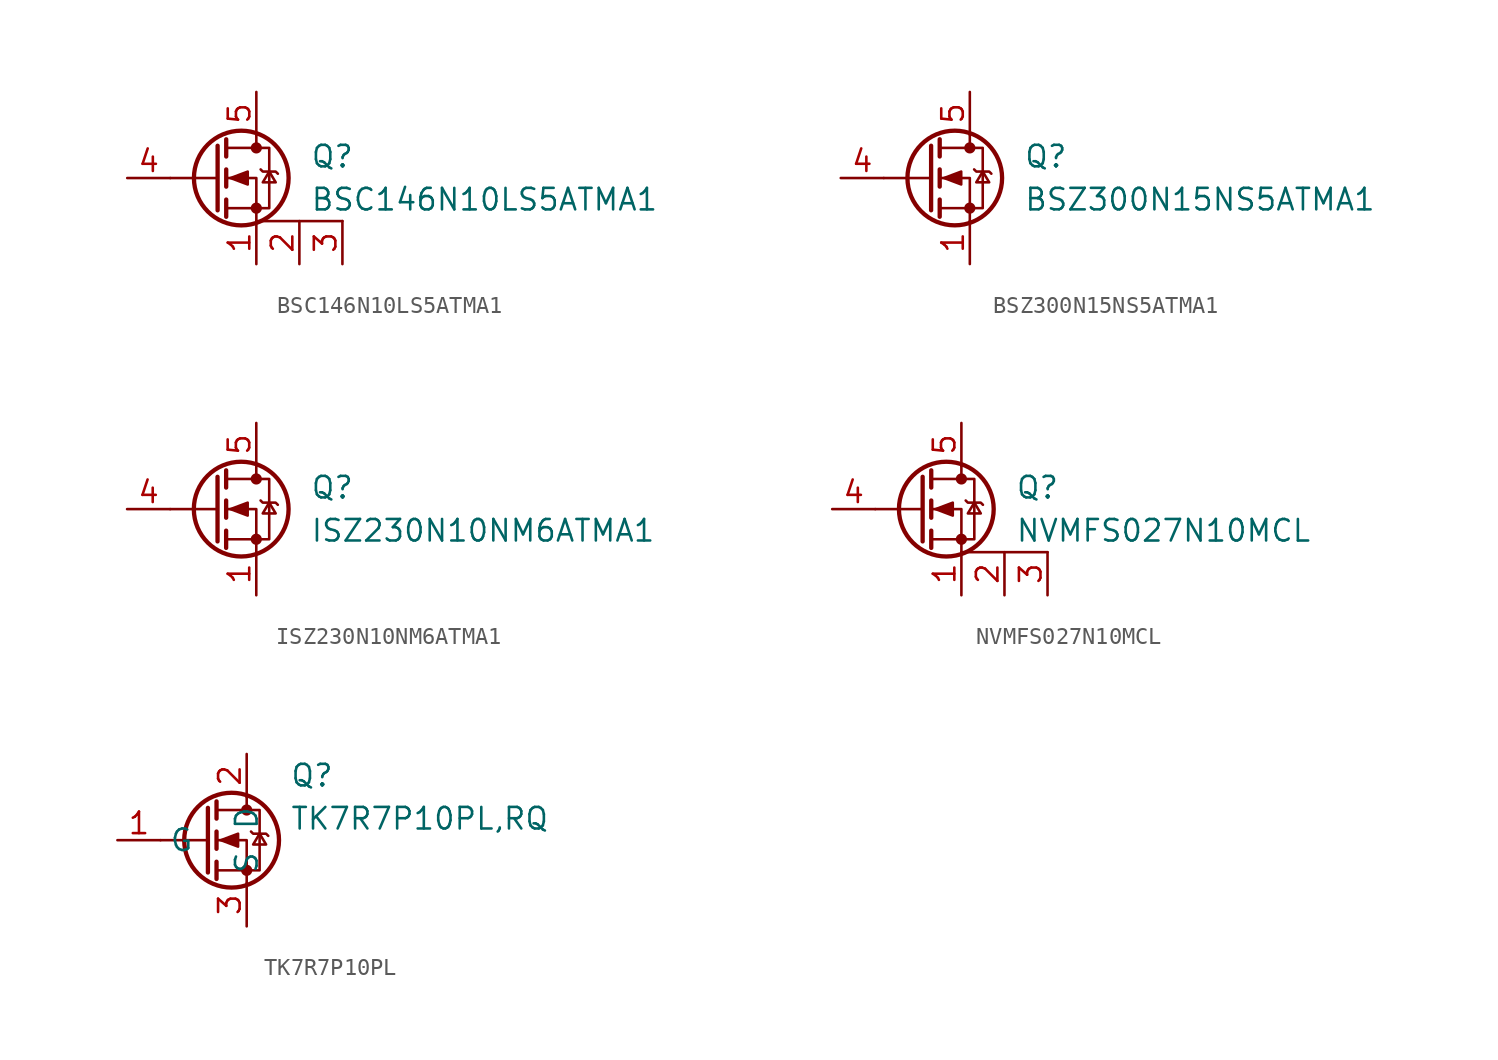
<source format=kicad_sym>
(kicad_symbol_lib
  (version 20220914)
  (generator kicad_symbol_editor)
  (symbol "BSC146N10LS5ATMA1"
    (pin_names hide)
    (property "Reference" "Q"
      (at 3.175 1.27 0)
      (effects (font (size 1.27 1.27)) (justify left)))
    (property "Value" "BSC146N10LS5ATMA1"
      (at 3.175 -1.27 0)
      (effects (font (size 1.27 1.27)) (justify left)))
    (symbol "BSC146N10LS5ATMA1_0_1"
      (circle (center -0.889 0) (radius 2.794) (stroke (width 0.254) (type default)) (fill (type none)))
      (circle (center 0 -1.778) (radius 0.254) (stroke (width 0) (type default)) (fill (type outline)))
      (polyline (pts (xy -2.286 0) (xy -5.08 0)) (stroke (width 0) (type default)) (fill (type none)))
      (polyline (pts (xy -2.286 1.905) (xy -2.286 -1.905)) (stroke (width 0.254) (type default)) (fill (type none)))
      (polyline (pts (xy -1.778 -1.27) (xy -1.778 -2.286)) (stroke (width 0.254) (type default)) (fill (type none)))
      (polyline (pts (xy -1.778 0.508) (xy -1.778 -0.508)) (stroke (width 0.254) (type default)) (fill (type none)))
      (polyline (pts (xy -1.778 2.286) (xy -1.778 1.27)) (stroke (width 0.254) (type default)) (fill (type none)))
      (polyline (pts (xy 0 -2.54) (xy 5.08 -2.54)) (stroke (width 0) (type default)) (fill (type none)))
      (polyline (pts (xy 0 2.54) (xy 0 1.778)) (stroke (width 0) (type default)) (fill (type none)))
      (polyline (pts (xy 0 -2.54) (xy 0 0) (xy -1.778 0)) (stroke (width 0) (type default)) (fill (type none)))
      (polyline (pts (xy -1.778 -1.778) (xy 0.762 -1.778) (xy 0.762 1.778) (xy -1.778 1.778)) (stroke (width 0) (type default)) (fill (type none)))
      (polyline (pts (xy -1.524 0) (xy -0.508 0.381) (xy -0.508 -0.381) (xy -1.524 0)) (stroke (width 0) (type default)) (fill (type outline)))
      (polyline (pts (xy 0.254 0.508) (xy 0.381 0.381) (xy 1.143 0.381) (xy 1.27 0.254)) (stroke (width 0) (type default)) (fill (type none)))
      (polyline (pts (xy 0.762 0.381) (xy 0.381 -0.254) (xy 1.143 -0.254) (xy 0.762 0.381)) (stroke (width 0) (type default)) (fill (type none)))
      (circle (center 0 1.778) (radius 0.254) (stroke (width 0) (type default)) (fill (type outline))))
    (symbol "BSC146N10LS5ATMA1_1_1"
      (pin passive line (at 0 -5.08 90) (length 2.54) (name "S" (effects (font (size 1.27 1.27)))) (number "1" (effects (font (size 1.27 1.27)))))
      (pin passive line (at 2.54 -5.08 90) (length 2.54) (name "S" (effects (font (size 1.27 1.27)))) (number "2" (effects (font (size 1.27 1.27)))))
      (pin passive line (at 5.08 -5.08 90) (length 2.54) (name "S" (effects (font (size 1.27 1.27)))) (number "3" (effects (font (size 1.27 1.27)))))
      (pin passive line (at -7.62 0 0) (length 2.54) (name "G" (effects (font (size 1.27 1.27)))) (number "4" (effects (font (size 1.27 1.27)))))
      (pin passive line (at 0 5.08 270) (length 2.54) (name "D" (effects (font (size 1.27 1.27)))) (number "5" (effects (font (size 1.27 1.27)))))))
  (symbol "BSZ300N15NS5ATMA1"
    (pin_names hide)
    (property "Reference" "Q"
      (at 3.175 1.27 0)
      (effects (font (size 1.27 1.27)) (justify left)))
    (property "Value" "BSZ300N15NS5ATMA1"
      (at 3.175 -1.27 0)
      (effects (font (size 1.27 1.27)) (justify left)))
    (symbol "BSZ300N15NS5ATMA1_0_1"
      (circle (center -0.889 0) (radius 2.794) (stroke (width 0.254) (type default)) (fill (type none)))
      (circle (center 0 -1.778) (radius 0.254) (stroke (width 0) (type default)) (fill (type outline)))
      (polyline (pts (xy -2.286 0) (xy -5.08 0)) (stroke (width 0) (type default)) (fill (type none)))
      (polyline (pts (xy -2.286 1.905) (xy -2.286 -1.905)) (stroke (width 0.254) (type default)) (fill (type none)))
      (polyline (pts (xy -1.778 -1.27) (xy -1.778 -2.286)) (stroke (width 0.254) (type default)) (fill (type none)))
      (polyline (pts (xy -1.778 0.508) (xy -1.778 -0.508)) (stroke (width 0.254) (type default)) (fill (type none)))
      (polyline (pts (xy -1.778 2.286) (xy -1.778 1.27)) (stroke (width 0.254) (type default)) (fill (type none)))
      (polyline (pts (xy 0 2.54) (xy 0 1.778)) (stroke (width 0) (type default)) (fill (type none)))
      (polyline (pts (xy 0 -2.54) (xy 0 0) (xy -1.778 0)) (stroke (width 0) (type default)) (fill (type none)))
      (polyline (pts (xy -1.778 -1.778) (xy 0.762 -1.778) (xy 0.762 1.778) (xy -1.778 1.778)) (stroke (width 0) (type default)) (fill (type none)))
      (polyline (pts (xy -1.524 0) (xy -0.508 0.381) (xy -0.508 -0.381) (xy -1.524 0)) (stroke (width 0) (type default)) (fill (type outline)))
      (polyline (pts (xy 0.254 0.508) (xy 0.381 0.381) (xy 1.143 0.381) (xy 1.27 0.254)) (stroke (width 0) (type default)) (fill (type none)))
      (polyline (pts (xy 0.762 0.381) (xy 0.381 -0.254) (xy 1.143 -0.254) (xy 0.762 0.381)) (stroke (width 0) (type default)) (fill (type none)))
      (circle (center 0 1.778) (radius 0.254) (stroke (width 0) (type default)) (fill (type outline))))
    (symbol "BSZ300N15NS5ATMA1_1_1"
      (pin passive line (at 0 -5.08 90) (length 2.54) (name "S" (effects (font (size 1.27 1.27)))) (number "1" (effects (font (size 1.27 1.27)))))
      (pin passive line (at -7.62 0 0) (length 2.54) (name "G" (effects (font (size 1.27 1.27)))) (number "4" (effects (font (size 1.27 1.27)))))
      (pin passive line (at 0 5.08 270) (length 2.54) (name "D" (effects (font (size 1.27 1.27)))) (number "5" (effects (font (size 1.27 1.27)))))))
  (symbol "ISZ230N10NM6ATMA1"
    (pin_names hide)
    (property "Reference" "Q"
      (at 3.175 1.27 0)
      (effects (font (size 1.27 1.27)) (justify left)))
    (property "Value" "ISZ230N10NM6ATMA1"
      (at 3.175 -1.27 0)
      (effects (font (size 1.27 1.27)) (justify left)))
    (symbol "ISZ230N10NM6ATMA1_0_1"
      (circle (center -0.889 0) (radius 2.794) (stroke (width 0.254) (type default)) (fill (type none)))
      (circle (center 0 -1.778) (radius 0.254) (stroke (width 0) (type default)) (fill (type outline)))
      (polyline (pts (xy -2.286 0) (xy -5.08 0)) (stroke (width 0) (type default)) (fill (type none)))
      (polyline (pts (xy -2.286 1.905) (xy -2.286 -1.905)) (stroke (width 0.254) (type default)) (fill (type none)))
      (polyline (pts (xy -1.778 -1.27) (xy -1.778 -2.286)) (stroke (width 0.254) (type default)) (fill (type none)))
      (polyline (pts (xy -1.778 0.508) (xy -1.778 -0.508)) (stroke (width 0.254) (type default)) (fill (type none)))
      (polyline (pts (xy -1.778 2.286) (xy -1.778 1.27)) (stroke (width 0.254) (type default)) (fill (type none)))
      (polyline (pts (xy 0 2.54) (xy 0 1.778)) (stroke (width 0) (type default)) (fill (type none)))
      (polyline (pts (xy 0 -2.54) (xy 0 0) (xy -1.778 0)) (stroke (width 0) (type default)) (fill (type none)))
      (polyline (pts (xy -1.778 -1.778) (xy 0.762 -1.778) (xy 0.762 1.778) (xy -1.778 1.778)) (stroke (width 0) (type default)) (fill (type none)))
      (polyline (pts (xy -1.524 0) (xy -0.508 0.381) (xy -0.508 -0.381) (xy -1.524 0)) (stroke (width 0) (type default)) (fill (type outline)))
      (polyline (pts (xy 0.254 0.508) (xy 0.381 0.381) (xy 1.143 0.381) (xy 1.27 0.254)) (stroke (width 0) (type default)) (fill (type none)))
      (polyline (pts (xy 0.762 0.381) (xy 0.381 -0.254) (xy 1.143 -0.254) (xy 0.762 0.381)) (stroke (width 0) (type default)) (fill (type none)))
      (circle (center 0 1.778) (radius 0.254) (stroke (width 0) (type default)) (fill (type outline))))
    (symbol "ISZ230N10NM6ATMA1_1_1"
      (pin passive line (at 0 -5.08 90) (length 2.54) (name "S" (effects (font (size 1.27 1.27)))) (number "1" (effects (font (size 1.27 1.27)))))
      (pin passive line (at -7.62 0 0) (length 2.54) (name "G" (effects (font (size 1.27 1.27)))) (number "4" (effects (font (size 1.27 1.27)))))
      (pin passive line (at 0 5.08 270) (length 2.54) (name "D" (effects (font (size 1.27 1.27)))) (number "5" (effects (font (size 1.27 1.27)))))))
  (symbol "NVMFS027N10MCL"
    (pin_names hide)
    (property "Reference" "Q"
      (at 3.175 1.27 0)
      (effects (font (size 1.27 1.27)) (justify left)))
    (property "Value" "NVMFS027N10MCL"
      (at 3.175 -1.27 0)
      (effects (font (size 1.27 1.27)) (justify left)))
    (symbol "NVMFS027N10MCL_0_1"
      (circle (center -0.889 0) (radius 2.794) (stroke (width 0.254) (type default)) (fill (type none)))
      (circle (center 0 -1.778) (radius 0.254) (stroke (width 0) (type default)) (fill (type outline)))
      (polyline (pts (xy -2.286 0) (xy -5.08 0)) (stroke (width 0) (type default)) (fill (type none)))
      (polyline (pts (xy -2.286 1.905) (xy -2.286 -1.905)) (stroke (width 0.254) (type default)) (fill (type none)))
      (polyline (pts (xy -1.778 -1.27) (xy -1.778 -2.286)) (stroke (width 0.254) (type default)) (fill (type none)))
      (polyline (pts (xy -1.778 0.508) (xy -1.778 -0.508)) (stroke (width 0.254) (type default)) (fill (type none)))
      (polyline (pts (xy -1.778 2.286) (xy -1.778 1.27)) (stroke (width 0.254) (type default)) (fill (type none)))
      (polyline (pts (xy 0 -2.54) (xy 5.08 -2.54)) (stroke (width 0) (type default)) (fill (type none)))
      (polyline (pts (xy 0 2.54) (xy 0 1.778)) (stroke (width 0) (type default)) (fill (type none)))
      (polyline (pts (xy 0 -2.54) (xy 0 0) (xy -1.778 0)) (stroke (width 0) (type default)) (fill (type none)))
      (polyline (pts (xy -1.778 -1.778) (xy 0.762 -1.778) (xy 0.762 1.778) (xy -1.778 1.778)) (stroke (width 0) (type default)) (fill (type none)))
      (polyline (pts (xy -1.524 0) (xy -0.508 0.381) (xy -0.508 -0.381) (xy -1.524 0)) (stroke (width 0) (type default)) (fill (type outline)))
      (polyline (pts (xy 0.254 0.508) (xy 0.381 0.381) (xy 1.143 0.381) (xy 1.27 0.254)) (stroke (width 0) (type default)) (fill (type none)))
      (polyline (pts (xy 0.762 0.381) (xy 0.381 -0.254) (xy 1.143 -0.254) (xy 0.762 0.381)) (stroke (width 0) (type default)) (fill (type none)))
      (circle (center 0 1.778) (radius 0.254) (stroke (width 0) (type default)) (fill (type outline))))
    (symbol "NVMFS027N10MCL_1_1"
      (pin passive line (at 0 -5.08 90) (length 2.54) (name "S" (effects (font (size 1.27 1.27)))) (number "1" (effects (font (size 1.27 1.27)))))
      (pin passive line (at 2.54 -5.08 90) (length 2.54) (name "S" (effects (font (size 1.27 1.27)))) (number "2" (effects (font (size 1.27 1.27)))))
      (pin passive line (at 5.08 -5.08 90) (length 2.54) (name "S" (effects (font (size 1.27 1.27)))) (number "3" (effects (font (size 1.27 1.27)))))
      (pin passive line (at -7.62 0 0) (length 2.54) (name "G" (effects (font (size 1.27 1.27)))) (number "4" (effects (font (size 1.27 1.27)))))
      (pin passive line (at 0 5.08 270) (length 2.54) (name "D" (effects (font (size 1.27 1.27)))) (number "5" (effects (font (size 1.27 1.27)))))))
  (symbol "TK7R7P10PL"
    (property "Reference" "Q"
      (at 2.54 3.81 0)
      (effects (font (size 1.27 1.27)) (justify left)))
    (property "Value" "TK7R7P10PL,RQ"
      (at 2.54 1.27 0)
      (effects (font (size 1.27 1.27)) (justify left)))
    (symbol "TK7R7P10PL_0_1"
      (circle (center -0.889 0) (radius 2.794) (stroke (width 0.254) (type default)) (fill (type none)))
      (circle (center 0 -1.778) (radius 0.254) (stroke (width 0) (type default)) (fill (type outline)))
      (polyline (pts (xy -2.286 0) (xy -5.08 0)) (stroke (width 0) (type default)) (fill (type none)))
      (polyline (pts (xy -2.286 1.905) (xy -2.286 -1.905)) (stroke (width 0.254) (type default)) (fill (type none)))
      (polyline (pts (xy -1.778 -1.27) (xy -1.778 -2.286)) (stroke (width 0.254) (type default)) (fill (type none)))
      (polyline (pts (xy -1.778 0.508) (xy -1.778 -0.508)) (stroke (width 0.254) (type default)) (fill (type none)))
      (polyline (pts (xy -1.778 2.286) (xy -1.778 1.27)) (stroke (width 0.254) (type default)) (fill (type none)))
      (polyline (pts (xy 0 2.54) (xy 0 1.778)) (stroke (width 0) (type default)) (fill (type none)))
      (polyline (pts (xy 0 -2.54) (xy 0 0) (xy -1.778 0)) (stroke (width 0) (type default)) (fill (type none)))
      (polyline (pts (xy -1.778 -1.778) (xy 0.762 -1.778) (xy 0.762 1.778) (xy -1.778 1.778)) (stroke (width 0) (type default)) (fill (type none)))
      (polyline (pts (xy -1.524 0) (xy -0.508 0.381) (xy -0.508 -0.381) (xy -1.524 0)) (stroke (width 0) (type default)) (fill (type outline)))
      (polyline (pts (xy 0.254 0.508) (xy 0.381 0.381) (xy 1.143 0.381) (xy 1.27 0.254)) (stroke (width 0) (type default)) (fill (type none)))
      (polyline (pts (xy 0.762 0.381) (xy 0.381 -0.254) (xy 1.143 -0.254) (xy 0.762 0.381)) (stroke (width 0) (type default)) (fill (type none)))
      (circle (center 0 1.778) (radius 0.254) (stroke (width 0) (type default)) (fill (type outline))))
    (symbol "TK7R7P10PL_1_1"
      (pin passive line (at -7.62 0 0) (length 2.54) (name "G" (effects (font (size 1.27 1.27)))) (number "1" (effects (font (size 1.27 1.27)))))
      (pin passive line (at 0 5.08 270) (length 2.54) (name "D" (effects (font (size 1.27 1.27)))) (number "2" (effects (font (size 1.27 1.27)))))
      (pin passive line (at 0 -5.08 90) (length 2.54) (name "S" (effects (font (size 1.27 1.27)))) (number "3" (effects (font (size 1.27 1.27))))))))
</source>
